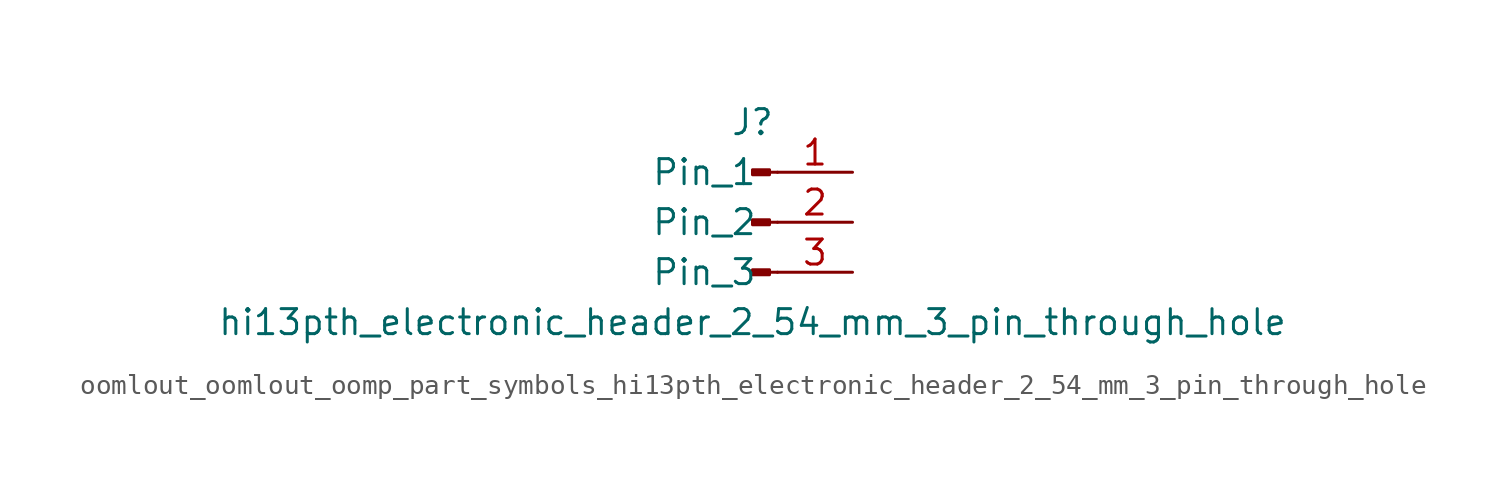
<source format=kicad_sym>
(kicad_symbol_lib
  (version 20220914)
  (generator kicad_symbol_editor)
  (symbol "oomlout_oomlout_oomp_part_symbols_hi13pth_electronic_header_2_54_mm_3_pin_through_hole"
    (pin_names
      (offset 1.016))
    (property "Reference" "J"
      (at 0 5.08 0)
      (effects (font (size 1.27 1.27))))
    (property "Value" "hi13pth_electronic_header_2_54_mm_3_pin_through_hole"
      (at 0 -5.08 0)
      (effects (font (size 1.27 1.27))))
    (property "ki_locked" ""
      (at 0 0 0)
      (effects (font (size 1.27 1.27))))
    (symbol "oomlout_oomlout_oomp_part_symbols_hi13pth_electronic_header_2_54_mm_3_pin_through_hole_1_1"
      (polyline (pts (xy 1.27 -2.54) (xy 0.864 -2.54)) (stroke (width 0.152) (type default)) (fill (type none)))
      (polyline (pts (xy 1.27 0) (xy 0.864 0)) (stroke (width 0.152) (type default)) (fill (type none)))
      (polyline (pts (xy 1.27 2.54) (xy 0.864 2.54)) (stroke (width 0.152) (type default)) (fill (type none)))
      (rectangle (start 0.864 -2.413) (end 0 -2.667) (stroke (width 0.152) (type default)) (fill (type outline)))
      (rectangle (start 0.864 0.127) (end 0 -0.127) (stroke (width 0.152) (type default)) (fill (type outline)))
      (rectangle (start 0.864 2.667) (end 0 2.413) (stroke (width 0.152) (type default)) (fill (type outline)))
      (pin passive line (at 5.08 2.54 180) (length 3.81) (name "Pin_1" (effects (font (size 1.27 1.27)))) (number "1" (effects (font (size 1.27 1.27)))))
      (pin passive line (at 5.08 0 180) (length 3.81) (name "Pin_2" (effects (font (size 1.27 1.27)))) (number "2" (effects (font (size 1.27 1.27)))))
      (pin passive line (at 5.08 -2.54 180) (length 3.81) (name "Pin_3" (effects (font (size 1.27 1.27)))) (number "3" (effects (font (size 1.27 1.27))))))))
</source>
